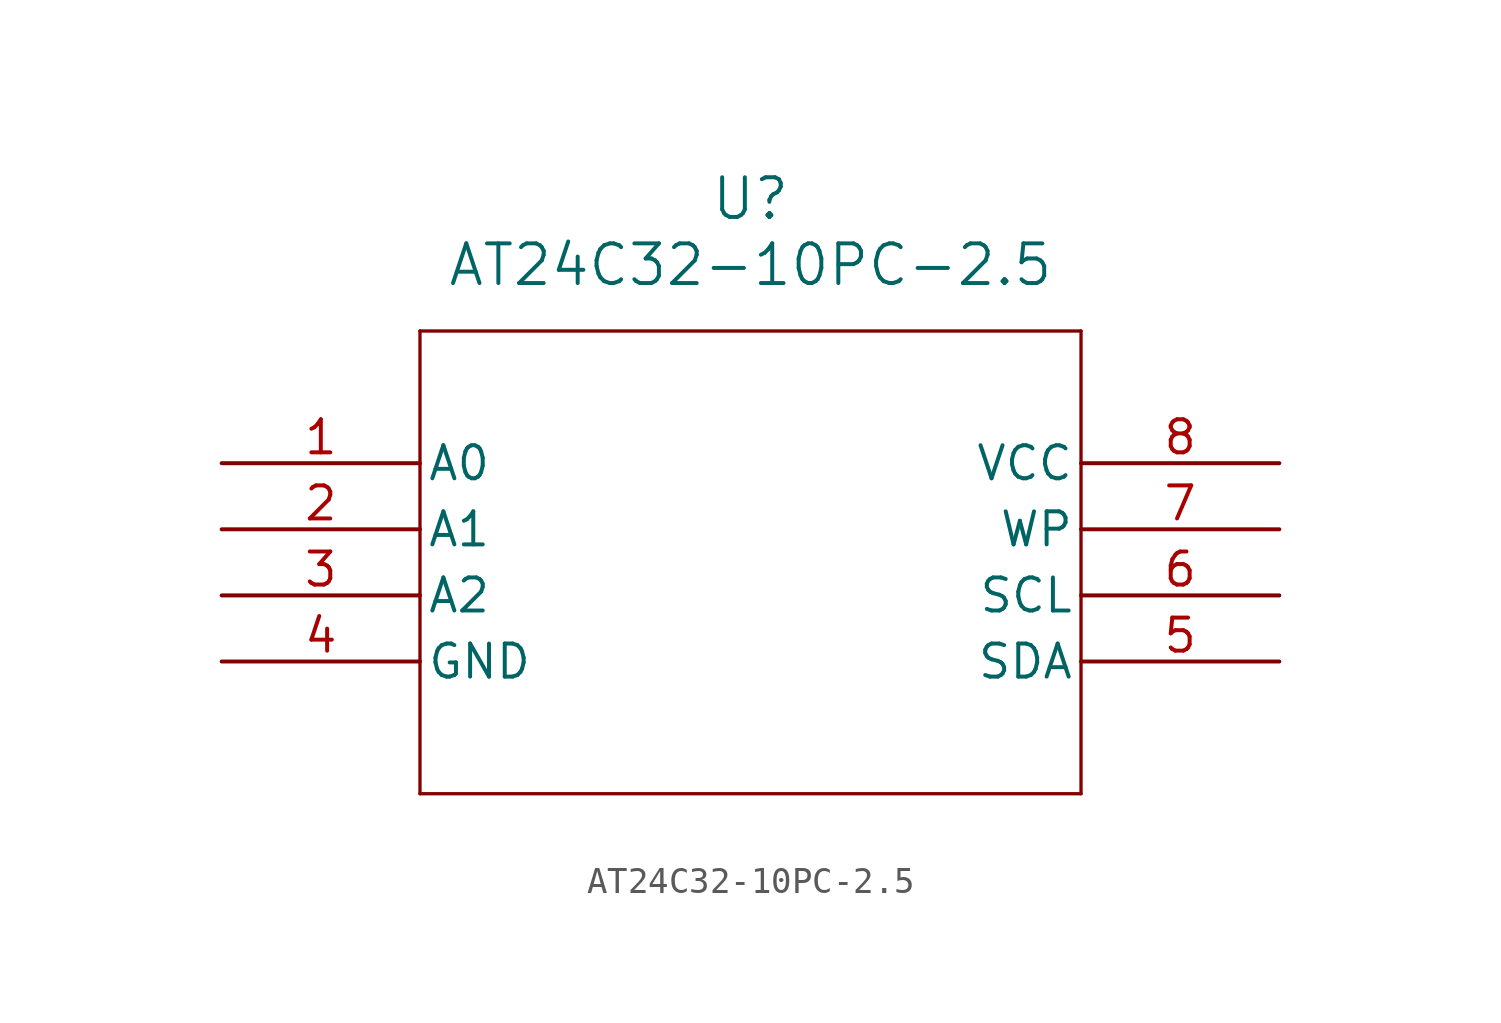
<source format=kicad_sym>
(kicad_symbol_lib
  (version 20211014)
  (generator kicad_symbol_editor)
  (symbol "AT24C32-10PC-2.5"
    (pin_names
      (offset 0.254))
    (property "Reference" "U"
      (at 20.32 10.16 0)
      (effects (font (size 1.524 1.524))))
    (property "Value" "AT24C32-10PC-2.5"
      (at 20.32 7.62 0)
      (effects (font (size 1.524 1.524))))
    (symbol "AT24C32-10PC-2.5_0_1"
      (polyline (pts (xy 7.62 5.08) (xy 7.62 -12.7)) (stroke (width 0.127) (type default) (color 0 0 0 0)) (fill (type none)))
      (polyline (pts (xy 7.62 -12.7) (xy 33.02 -12.7)) (stroke (width 0.127) (type default) (color 0 0 0 0)) (fill (type none)))
      (polyline (pts (xy 33.02 -12.7) (xy 33.02 5.08)) (stroke (width 0.127) (type default) (color 0 0 0 0)) (fill (type none)))
      (polyline (pts (xy 33.02 5.08) (xy 7.62 5.08)) (stroke (width 0.127) (type default) (color 0 0 0 0)) (fill (type none)))
      (pin bidirectional line (at 0 0 0) (length 7.62) (name "A0" (effects (font (size 1.27 1.27)))) (number "1" (effects (font (size 1.27 1.27)))))
      (pin bidirectional line (at 0 -2.54 0) (length 7.62) (name "A1" (effects (font (size 1.27 1.27)))) (number "2" (effects (font (size 1.27 1.27)))))
      (pin bidirectional line (at 0 -5.08 0) (length 7.62) (name "A2" (effects (font (size 1.27 1.27)))) (number "3" (effects (font (size 1.27 1.27)))))
      (pin power_out line (at 0 -7.62 0) (length 7.62) (name "GND" (effects (font (size 1.27 1.27)))) (number "4" (effects (font (size 1.27 1.27)))))
      (pin unspecified line (at 40.64 -7.62 180) (length 7.62) (name "SDA" (effects (font (size 1.27 1.27)))) (number "5" (effects (font (size 1.27 1.27)))))
      (pin unspecified line (at 40.64 -5.08 180) (length 7.62) (name "SCL" (effects (font (size 1.27 1.27)))) (number "6" (effects (font (size 1.27 1.27)))))
      (pin unspecified line (at 40.64 -2.54 180) (length 7.62) (name "WP" (effects (font (size 1.27 1.27)))) (number "7" (effects (font (size 1.27 1.27)))))
      (pin power_in line (at 40.64 0 180) (length 7.62) (name "VCC" (effects (font (size 1.27 1.27)))) (number "8" (effects (font (size 1.27 1.27))))))))
</source>
